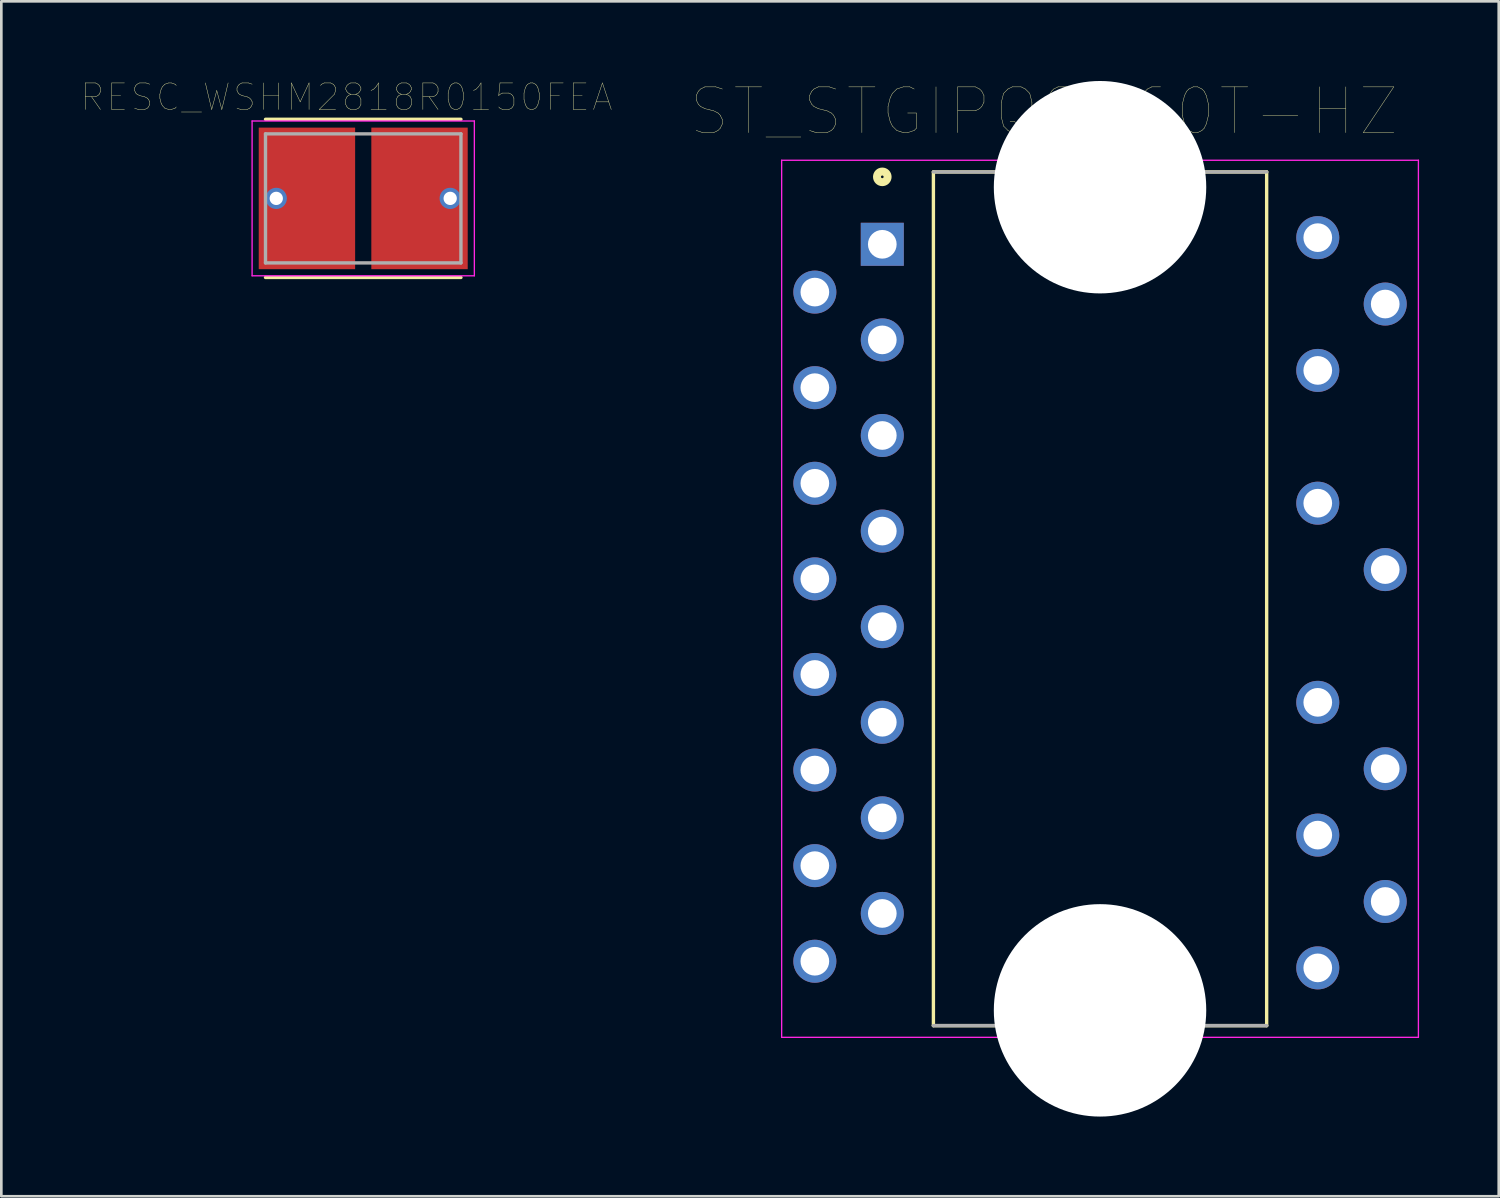
<source format=kicad_pcb>
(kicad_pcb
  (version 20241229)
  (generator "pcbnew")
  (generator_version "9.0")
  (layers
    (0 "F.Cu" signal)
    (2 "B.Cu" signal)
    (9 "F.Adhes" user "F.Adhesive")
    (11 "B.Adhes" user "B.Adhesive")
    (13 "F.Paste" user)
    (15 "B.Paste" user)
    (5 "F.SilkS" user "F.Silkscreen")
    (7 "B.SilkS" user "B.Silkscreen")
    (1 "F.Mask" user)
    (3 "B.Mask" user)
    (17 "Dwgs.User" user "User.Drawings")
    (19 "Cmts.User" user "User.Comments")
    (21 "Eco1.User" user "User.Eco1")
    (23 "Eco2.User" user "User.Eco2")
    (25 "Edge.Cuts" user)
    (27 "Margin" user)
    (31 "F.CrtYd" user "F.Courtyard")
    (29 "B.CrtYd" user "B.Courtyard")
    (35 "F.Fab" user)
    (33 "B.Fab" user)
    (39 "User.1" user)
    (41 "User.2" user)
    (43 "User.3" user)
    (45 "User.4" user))
  (footprint "RESC_WSHM2818R0150FEA"
    (layer "F.Cu")
    (at 10.629 4.421)
    (property "Reference" "RESC_WSHM2818R0150FEA" (at -0.635 -3.81 0) (layer "F.SilkS") (effects (font (size 1 1) (thickness 0.015))))
    (attr through_hole)
    (fp_line (start -3.68 2.978) (end 3.68 2.978) (stroke (width 0.127) (type solid)) (layer "F.SilkS"))
    (fp_line (start 3.68 -2.978) (end -3.68 -2.978) (stroke (width 0.127) (type solid)) (layer "F.SilkS"))
    (fp_line (start -4.185 -2.915) (end -4.185 2.915) (stroke (width 0.05) (type solid)) (layer "F.CrtYd"))
    (fp_line (start -4.185 2.915) (end 4.185 2.915) (stroke (width 0.05) (type solid)) (layer "F.CrtYd"))
    (fp_line (start 4.185 -2.915) (end -4.185 -2.915) (stroke (width 0.05) (type solid)) (layer "F.CrtYd"))
    (fp_line (start 4.185 2.915) (end 4.185 -2.915) (stroke (width 0.05) (type solid)) (layer "F.CrtYd"))
    (fp_line (start -3.68 -2.43) (end -3.68 2.43) (stroke (width 0.127) (type solid)) (layer "F.Fab"))
    (fp_line (start -3.68 2.43) (end 3.68 2.43) (stroke (width 0.127) (type solid)) (layer "F.Fab"))
    (fp_line (start 3.68 -2.43) (end -3.68 -2.43) (stroke (width 0.127) (type solid)) (layer "F.Fab"))
    (fp_line (start 3.68 2.43) (end 3.68 -2.43) (stroke (width 0.127) (type solid)) (layer "F.Fab"))
    (pad "1" smd rect (at -2.12 0) (size 3.63 5.33) (layers "F.Cu" "F.Mask" "F.Paste"))
    (pad "2" smd rect (at 2.12 0) (size 3.63 5.33) (layers "F.Cu" "F.Mask" "F.Paste"))
    (pad "V1" thru_hole circle (at -3.275 0) (size 0.8 0.8) (drill 0.5) (layers "*.Cu" "*.Mask"))
    (pad "V2" thru_hole circle (at 3.275 0) (size 0.8 0.8) (drill 0.5) (layers "*.Cu" "*.Mask")))
  (footprint "ST_STGIPQ8C60T-HZ"
    (layer "F.Cu")
    (at 38.377 19.5)
    (property "Reference" "ST_STGIPQ8C60T-HZ" (at -2.114 -18.352 0) (layer "F.SilkS") (effects (font (size 1.724 1.724) (thickness 0.015))))
    (attr through_hole)
    (fp_line (start -6.275 -16.075) (end -6.275 16.075) (stroke (width 0.127) (type solid)) (layer "F.SilkS"))
    (fp_line (start -6.275 16.075) (end 6.275 16.075) (stroke (width 0.127) (type solid)) (layer "F.SilkS"))
    (fp_line (start 6.275 -16.075) (end -6.275 -16.075) (stroke (width 0.127) (type solid)) (layer "F.SilkS"))
    (fp_line (start 6.275 16.075) (end 6.275 -16.075) (stroke (width 0.127) (type solid)) (layer "F.SilkS"))
    (fp_circle (center -8.2 -15.89) (end -8 -15.89) (stroke (width 0.3) (type solid)) (fill no) (layer "F.SilkS"))
    (fp_line (start -11.99 -16.515) (end 11.99 -16.515) (stroke (width 0.05) (type solid)) (layer "F.CrtYd"))
    (fp_line (start -11.99 16.515) (end -11.99 -16.515) (stroke (width 0.05) (type solid)) (layer "F.CrtYd"))
    (fp_line (start 11.99 -16.515) (end 11.99 16.515) (stroke (width 0.05) (type solid)) (layer "F.CrtYd"))
    (fp_line (start 11.99 16.515) (end -11.99 16.515) (stroke (width 0.05) (type solid)) (layer "F.CrtYd"))
    (fp_line (start -6.275 16.075) (end 6.275 16.075) (stroke (width 0.127) (type solid)) (layer "F.Fab"))
    (fp_line (start 6.275 -16.075) (end -6.275 -16.075) (stroke (width 0.127) (type solid)) (layer "F.Fab"))
    (pad "" np_thru_hole circle (at 0 -15.5) (size 8 8) (drill 8) (layers "*.Cu" "*.Mask"))
    (pad "" np_thru_hole circle (at 0 15.5) (size 8 8) (drill 8) (layers "*.Cu" "*.Mask"))
    (pad "1" thru_hole rect (at -8.2 -13.35) (size 1.62 1.62) (drill 1.08) (layers "*.Cu" "*.Mask"))
    (pad "2" thru_hole circle (at -10.74 -11.55) (size 1.62 1.62) (drill 1.08) (layers "*.Cu" "*.Mask"))
    (pad "3" thru_hole circle (at -8.2 -9.75) (size 1.62 1.62) (drill 1.08) (layers "*.Cu" "*.Mask"))
    (pad "4" thru_hole circle (at -10.74 -7.95) (size 1.62 1.62) (drill 1.08) (layers "*.Cu" "*.Mask"))
    (pad "5" thru_hole circle (at -8.2 -6.15) (size 1.62 1.62) (drill 1.08) (layers "*.Cu" "*.Mask"))
    (pad "6" thru_hole circle (at -10.74 -4.35) (size 1.62 1.62) (drill 1.08) (layers "*.Cu" "*.Mask"))
    (pad "7" thru_hole circle (at -8.2 -2.55) (size 1.62 1.62) (drill 1.08) (layers "*.Cu" "*.Mask"))
    (pad "8" thru_hole circle (at -10.74 -0.75) (size 1.62 1.62) (drill 1.08) (layers "*.Cu" "*.Mask"))
    (pad "9" thru_hole circle (at -8.2 1.05) (size 1.62 1.62) (drill 1.08) (layers "*.Cu" "*.Mask"))
    (pad "10" thru_hole circle (at -10.74 2.85) (size 1.62 1.62) (drill 1.08) (layers "*.Cu" "*.Mask"))
    (pad "11" thru_hole circle (at -8.2 4.65) (size 1.62 1.62) (drill 1.08) (layers "*.Cu" "*.Mask"))
    (pad "12" thru_hole circle (at -10.74 6.45) (size 1.62 1.62) (drill 1.08) (layers "*.Cu" "*.Mask"))
    (pad "13" thru_hole circle (at -8.2 8.25) (size 1.62 1.62) (drill 1.08) (layers "*.Cu" "*.Mask"))
    (pad "14" thru_hole circle (at -10.74 10.05) (size 1.62 1.62) (drill 1.08) (layers "*.Cu" "*.Mask"))
    (pad "15" thru_hole circle (at -8.2 11.85) (size 1.62 1.62) (drill 1.08) (layers "*.Cu" "*.Mask"))
    (pad "16" thru_hole circle (at -10.74 13.65) (size 1.62 1.62) (drill 1.08) (layers "*.Cu" "*.Mask"))
    (pad "17" thru_hole circle (at 8.2 13.9) (size 1.62 1.62) (drill 1.08) (layers "*.Cu" "*.Mask"))
    (pad "18" thru_hole circle (at 10.74 11.4) (size 1.62 1.62) (drill 1.08) (layers "*.Cu" "*.Mask"))
    (pad "19" thru_hole circle (at 8.2 8.9) (size 1.62 1.62) (drill 1.08) (layers "*.Cu" "*.Mask"))
    (pad "20" thru_hole circle (at 10.74 6.4) (size 1.62 1.62) (drill 1.08) (layers "*.Cu" "*.Mask"))
    (pad "21" thru_hole circle (at 8.2 3.9) (size 1.62 1.62) (drill 1.08) (layers "*.Cu" "*.Mask"))
    (pad "22" thru_hole circle (at 10.74 -1.1) (size 1.62 1.62) (drill 1.08) (layers "*.Cu" "*.Mask"))
    (pad "23" thru_hole circle (at 8.2 -3.6) (size 1.62 1.62) (drill 1.08) (layers "*.Cu" "*.Mask"))
    (pad "24" thru_hole circle (at 8.2 -8.6) (size 1.62 1.62) (drill 1.08) (layers "*.Cu" "*.Mask"))
    (pad "25" thru_hole circle (at 10.74 -11.1) (size 1.62 1.62) (drill 1.08) (layers "*.Cu" "*.Mask"))
    (pad "26" thru_hole circle (at 8.2 -13.6) (size 1.62 1.62) (drill 1.08) (layers "*.Cu" "*.Mask")))
  (gr_rect
    (start -3 -3)
    (end 53.392 42)
    (stroke (width 0.1) (type default))
    (fill no)
    (layer "Edge.Cuts")))
</source>
